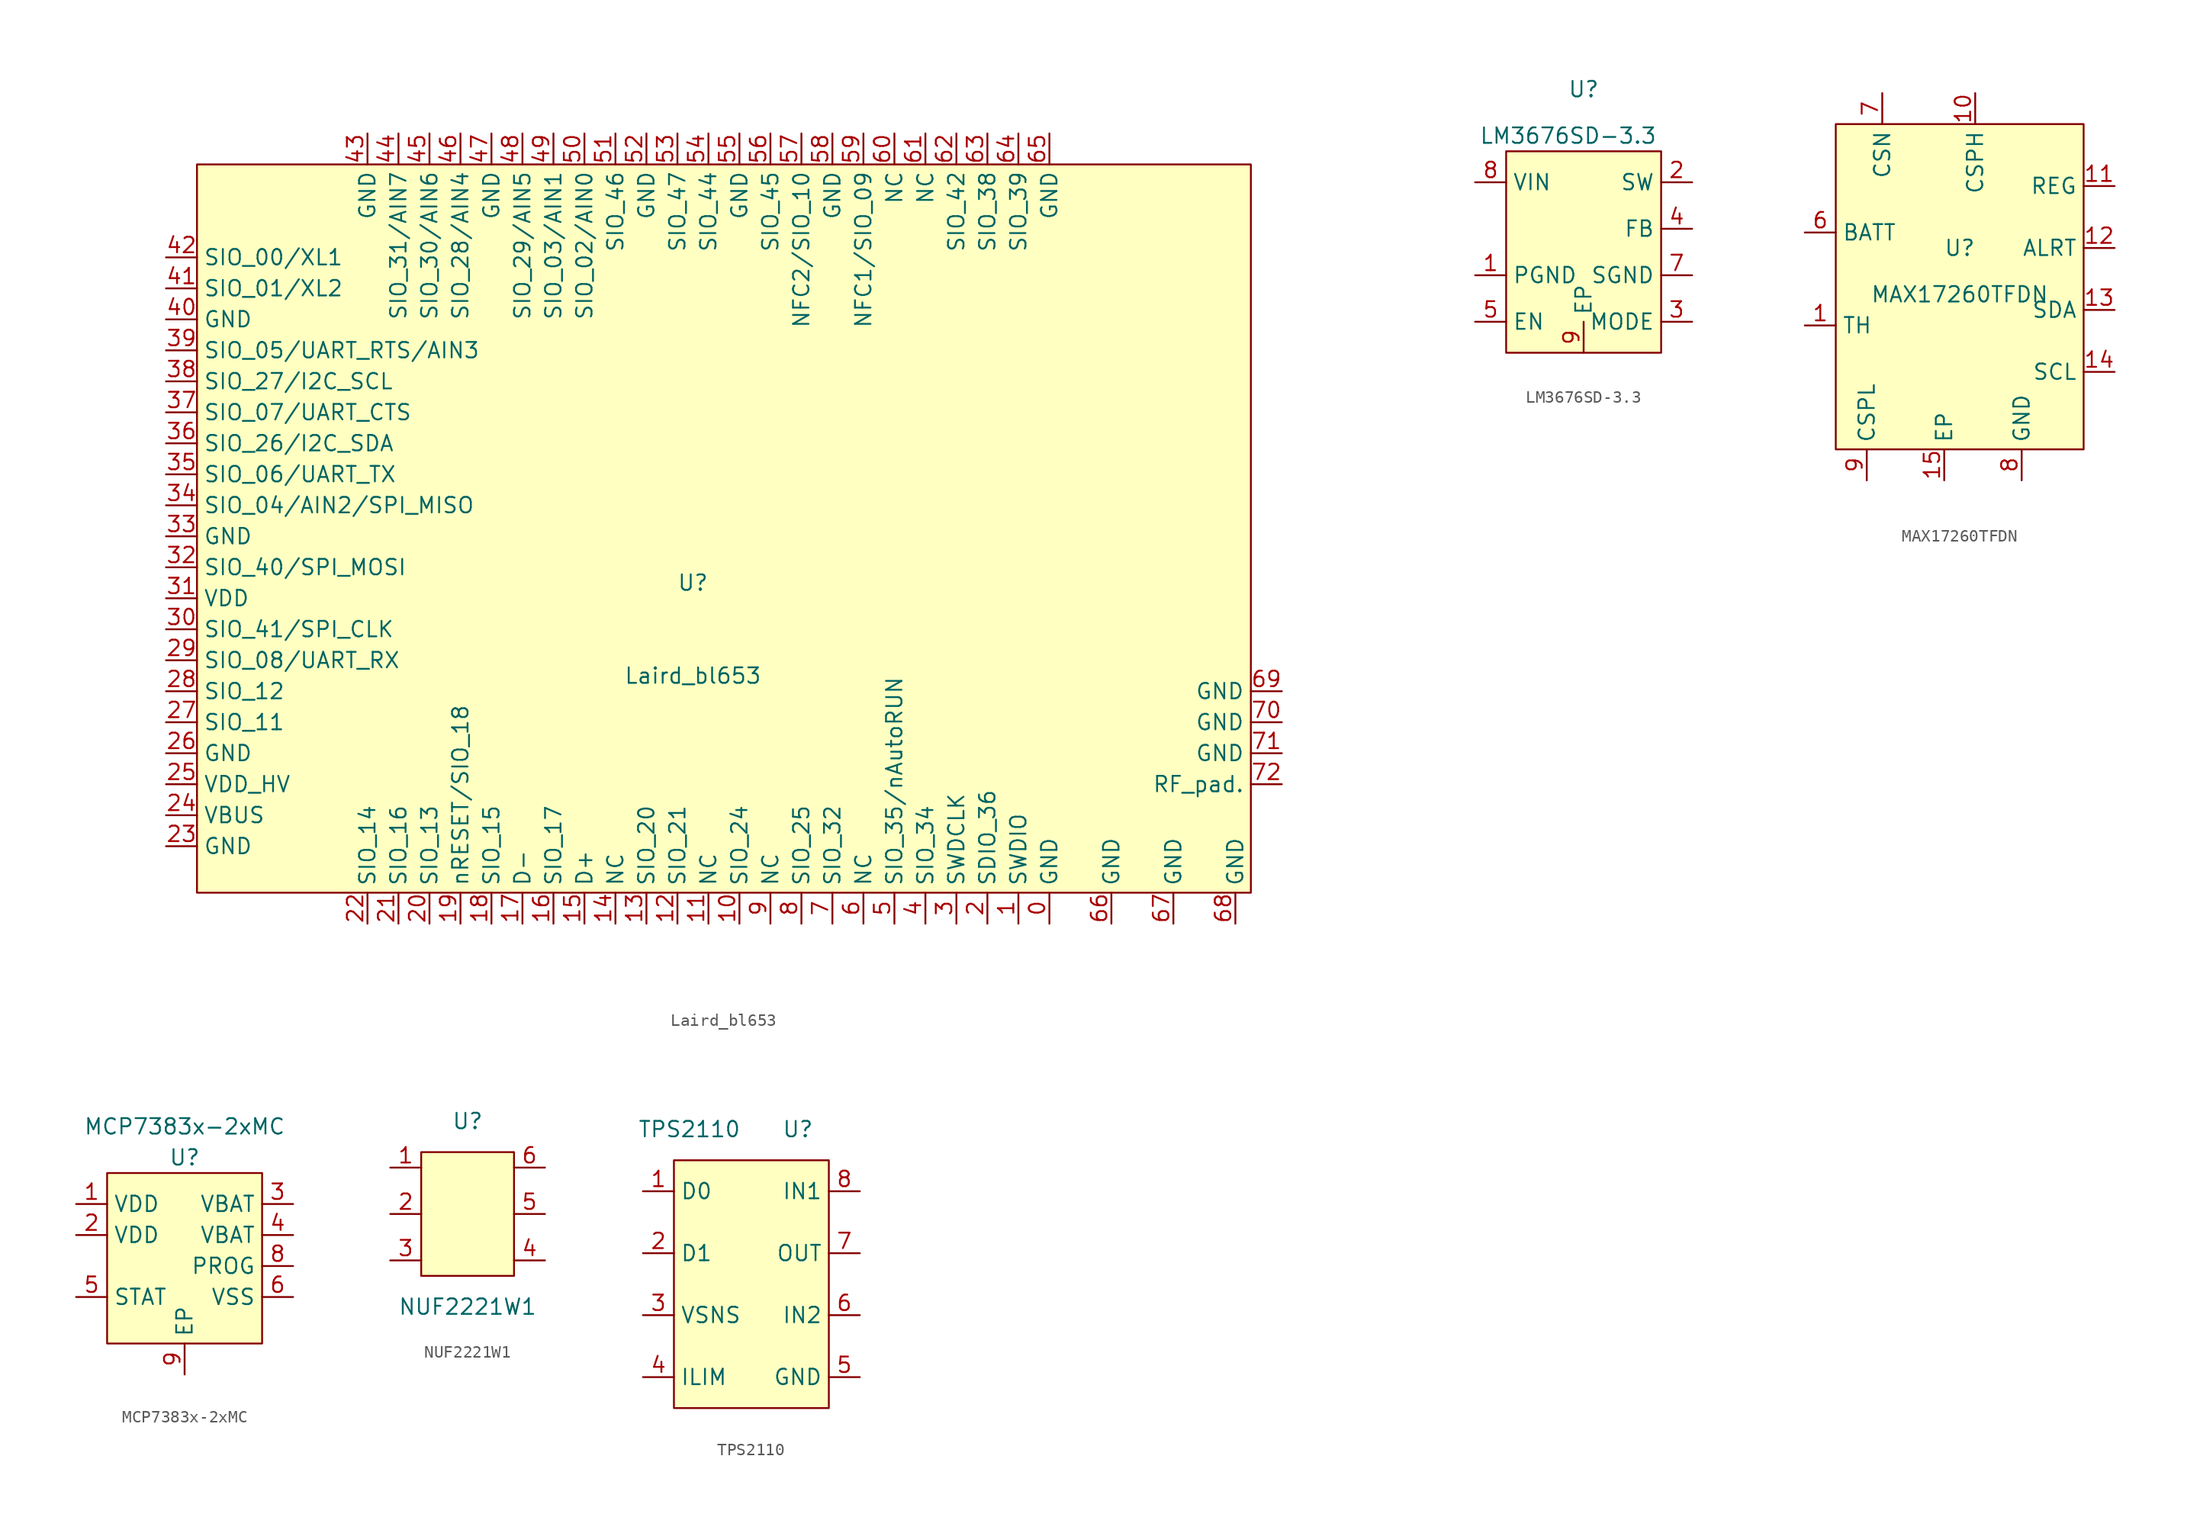
<source format=kicad_sym>
(kicad_symbol_lib
  (version 20211014)
  (generator kicad_symbol_editor)
  (symbol "Laird_bl653"
    (property "Reference" "U"
      (at 0 0 0)
      (effects (font (size 1.27 1.27))))
    (property "Value" "Laird_bl653"
      (at 0 -7.62 0)
      (effects (font (size 1.27 1.27))))
    (symbol "Laird_bl653_0_1"
      (rectangle (start 45.72 -25.4) (end -40.64 34.29) (stroke (width 0.152) (type default) (color 0 0 0 0)) (fill (type background))))
    (symbol "Laird_bl653_1_1"
      (pin power_in line (at 29.21 -27.94 90) (length 2.54) (name "GND" (effects (font (size 1.27 1.27)))) (number "0" (effects (font (size 1.27 1.27)))))
      (pin bidirectional line (at 26.67 -27.94 90) (length 2.54) (name "SWDIO" (effects (font (size 1.27 1.27)))) (number "1" (effects (font (size 1.27 1.27)))))
      (pin input line (at 3.81 -27.94 90) (length 2.54) (name "SIO_24" (effects (font (size 1.27 1.27)))) (number "10" (effects (font (size 1.27 1.27)))))
      (pin input line (at 1.27 -27.94 90) (length 2.54) (name "NC" (effects (font (size 1.27 1.27)))) (number "11" (effects (font (size 1.27 1.27)))))
      (pin input line (at -1.27 -27.94 90) (length 2.54) (name "SIO_21" (effects (font (size 1.27 1.27)))) (number "12" (effects (font (size 1.27 1.27)))))
      (pin input line (at -3.81 -27.94 90) (length 2.54) (name "SIO_20" (effects (font (size 1.27 1.27)))) (number "13" (effects (font (size 1.27 1.27)))))
      (pin input line (at -6.35 -27.94 90) (length 2.54) (name "NC" (effects (font (size 1.27 1.27)))) (number "14" (effects (font (size 1.27 1.27)))))
      (pin bidirectional line (at -8.89 -27.94 90) (length 2.54) (name "D+" (effects (font (size 1.27 1.27)))) (number "15" (effects (font (size 1.27 1.27)))))
      (pin input line (at -11.43 -27.94 90) (length 2.54) (name "SIO_17" (effects (font (size 1.27 1.27)))) (number "16" (effects (font (size 1.27 1.27)))))
      (pin bidirectional line (at -13.97 -27.94 90) (length 2.54) (name "D-" (effects (font (size 1.27 1.27)))) (number "17" (effects (font (size 1.27 1.27)))))
      (pin input line (at -16.51 -27.94 90) (length 2.54) (name "SIO_15" (effects (font (size 1.27 1.27)))) (number "18" (effects (font (size 1.27 1.27)))))
      (pin input line (at -19.05 -27.94 90) (length 2.54) (name "nRESET/SIO_18" (effects (font (size 1.27 1.27)))) (number "19" (effects (font (size 1.27 1.27)))))
      (pin input line (at 24.13 -27.94 90) (length 2.54) (name "SDIO_36" (effects (font (size 1.27 1.27)))) (number "2" (effects (font (size 1.27 1.27)))))
      (pin input line (at -21.59 -27.94 90) (length 2.54) (name "SIO_13" (effects (font (size 1.27 1.27)))) (number "20" (effects (font (size 1.27 1.27)))))
      (pin input line (at -24.13 -27.94 90) (length 2.54) (name "SIO_16" (effects (font (size 1.27 1.27)))) (number "21" (effects (font (size 1.27 1.27)))))
      (pin input line (at -26.67 -27.94 90) (length 2.54) (name "SIO_14" (effects (font (size 1.27 1.27)))) (number "22" (effects (font (size 1.27 1.27)))))
      (pin power_in line (at -43.18 -21.59 0) (length 2.54) (name "GND" (effects (font (size 1.27 1.27)))) (number "23" (effects (font (size 1.27 1.27)))))
      (pin power_in line (at -43.18 -19.05 0) (length 2.54) (name "VBUS" (effects (font (size 1.27 1.27)))) (number "24" (effects (font (size 1.27 1.27)))))
      (pin power_in line (at -43.18 -16.51 0) (length 2.54) (name "VDD_HV" (effects (font (size 1.27 1.27)))) (number "25" (effects (font (size 1.27 1.27)))))
      (pin power_in line (at -43.18 -13.97 0) (length 2.54) (name "GND" (effects (font (size 1.27 1.27)))) (number "26" (effects (font (size 1.27 1.27)))))
      (pin input line (at -43.18 -11.43 0) (length 2.54) (name "SIO_11" (effects (font (size 1.27 1.27)))) (number "27" (effects (font (size 1.27 1.27)))))
      (pin input line (at -43.18 -8.89 0) (length 2.54) (name "SIO_12" (effects (font (size 1.27 1.27)))) (number "28" (effects (font (size 1.27 1.27)))))
      (pin input line (at -43.18 -6.35 0) (length 2.54) (name "SIO_08/UART_RX" (effects (font (size 1.27 1.27)))) (number "29" (effects (font (size 1.27 1.27)))))
      (pin bidirectional line (at 21.59 -27.94 90) (length 2.54) (name "SWDCLK" (effects (font (size 1.27 1.27)))) (number "3" (effects (font (size 1.27 1.27)))))
      (pin input line (at -43.18 -3.81 0) (length 2.54) (name "SIO_41/SPI_CLK" (effects (font (size 1.27 1.27)))) (number "30" (effects (font (size 1.27 1.27)))))
      (pin power_in line (at -43.18 -1.27 0) (length 2.54) (name "VDD" (effects (font (size 1.27 1.27)))) (number "31" (effects (font (size 1.27 1.27)))))
      (pin input line (at -43.18 1.27 0) (length 2.54) (name "SIO_40/SPI_MOSI" (effects (font (size 1.27 1.27)))) (number "32" (effects (font (size 1.27 1.27)))))
      (pin power_in line (at -43.18 3.81 0) (length 2.54) (name "GND" (effects (font (size 1.27 1.27)))) (number "33" (effects (font (size 1.27 1.27)))))
      (pin input line (at -43.18 6.35 0) (length 2.54) (name "SIO_04/AIN2/SPI_MISO" (effects (font (size 1.27 1.27)))) (number "34" (effects (font (size 1.27 1.27)))))
      (pin input line (at -43.18 8.89 0) (length 2.54) (name "SIO_06/UART_TX" (effects (font (size 1.27 1.27)))) (number "35" (effects (font (size 1.27 1.27)))))
      (pin bidirectional line (at -43.18 11.43 0) (length 2.54) (name "SIO_26/I2C_SDA" (effects (font (size 1.27 1.27)))) (number "36" (effects (font (size 1.27 1.27)))))
      (pin input line (at -43.18 13.97 0) (length 2.54) (name "SIO_07/UART_CTS" (effects (font (size 1.27 1.27)))) (number "37" (effects (font (size 1.27 1.27)))))
      (pin bidirectional line (at -43.18 16.51 0) (length 2.54) (name "SIO_27/I2C_SCL" (effects (font (size 1.27 1.27)))) (number "38" (effects (font (size 1.27 1.27)))))
      (pin input line (at -43.18 19.05 0) (length 2.54) (name "SIO_05/UART_RTS/AIN3" (effects (font (size 1.27 1.27)))) (number "39" (effects (font (size 1.27 1.27)))))
      (pin input line (at 19.05 -27.94 90) (length 2.54) (name "SIO_34" (effects (font (size 1.27 1.27)))) (number "4" (effects (font (size 1.27 1.27)))))
      (pin power_in line (at -43.18 21.59 0) (length 2.54) (name "GND" (effects (font (size 1.27 1.27)))) (number "40" (effects (font (size 1.27 1.27)))))
      (pin input line (at -43.18 24.13 0) (length 2.54) (name "SIO_01/XL2" (effects (font (size 1.27 1.27)))) (number "41" (effects (font (size 1.27 1.27)))))
      (pin input line (at -43.18 26.67 0) (length 2.54) (name "SIO_00/XL1" (effects (font (size 1.27 1.27)))) (number "42" (effects (font (size 1.27 1.27)))))
      (pin power_in line (at -26.67 36.83 270) (length 2.54) (name "GND" (effects (font (size 1.27 1.27)))) (number "43" (effects (font (size 1.27 1.27)))))
      (pin input line (at -24.13 36.83 270) (length 2.54) (name "SIO_31/AIN7" (effects (font (size 1.27 1.27)))) (number "44" (effects (font (size 1.27 1.27)))))
      (pin input line (at -21.59 36.83 270) (length 2.54) (name "SIO_30/AIN6" (effects (font (size 1.27 1.27)))) (number "45" (effects (font (size 1.27 1.27)))))
      (pin input line (at -19.05 36.83 270) (length 2.54) (name "SIO_28/AIN4" (effects (font (size 1.27 1.27)))) (number "46" (effects (font (size 1.27 1.27)))))
      (pin power_in line (at -16.51 36.83 270) (length 2.54) (name "GND" (effects (font (size 1.27 1.27)))) (number "47" (effects (font (size 1.27 1.27)))))
      (pin input line (at -13.97 36.83 270) (length 2.54) (name "SIO_29/AIN5" (effects (font (size 1.27 1.27)))) (number "48" (effects (font (size 1.27 1.27)))))
      (pin input line (at -11.43 36.83 270) (length 2.54) (name "SIO_03/AIN1" (effects (font (size 1.27 1.27)))) (number "49" (effects (font (size 1.27 1.27)))))
      (pin input line (at 16.51 -27.94 90) (length 2.54) (name "SIO_35/nAutoRUN" (effects (font (size 1.27 1.27)))) (number "5" (effects (font (size 1.27 1.27)))))
      (pin input line (at -8.89 36.83 270) (length 2.54) (name "SIO_02/AIN0" (effects (font (size 1.27 1.27)))) (number "50" (effects (font (size 1.27 1.27)))))
      (pin input line (at -6.35 36.83 270) (length 2.54) (name "SIO_46" (effects (font (size 1.27 1.27)))) (number "51" (effects (font (size 1.27 1.27)))))
      (pin power_in line (at -3.81 36.83 270) (length 2.54) (name "GND" (effects (font (size 1.27 1.27)))) (number "52" (effects (font (size 1.27 1.27)))))
      (pin input line (at -1.27 36.83 270) (length 2.54) (name "SIO_47" (effects (font (size 1.27 1.27)))) (number "53" (effects (font (size 1.27 1.27)))))
      (pin input line (at 1.27 36.83 270) (length 2.54) (name "SIO_44" (effects (font (size 1.27 1.27)))) (number "54" (effects (font (size 1.27 1.27)))))
      (pin power_in line (at 3.81 36.83 270) (length 2.54) (name "GND" (effects (font (size 1.27 1.27)))) (number "55" (effects (font (size 1.27 1.27)))))
      (pin input line (at 6.35 36.83 270) (length 2.54) (name "SIO_45" (effects (font (size 1.27 1.27)))) (number "56" (effects (font (size 1.27 1.27)))))
      (pin input line (at 8.89 36.83 270) (length 2.54) (name "NFC2/SIO_10" (effects (font (size 1.27 1.27)))) (number "57" (effects (font (size 1.27 1.27)))))
      (pin power_in line (at 11.43 36.83 270) (length 2.54) (name "GND" (effects (font (size 1.27 1.27)))) (number "58" (effects (font (size 1.27 1.27)))))
      (pin input line (at 13.97 36.83 270) (length 2.54) (name "NFC1/SIO_09" (effects (font (size 1.27 1.27)))) (number "59" (effects (font (size 1.27 1.27)))))
      (pin input line (at 13.97 -27.94 90) (length 2.54) (name "NC" (effects (font (size 1.27 1.27)))) (number "6" (effects (font (size 1.27 1.27)))))
      (pin input line (at 16.51 36.83 270) (length 2.54) (name "NC" (effects (font (size 1.27 1.27)))) (number "60" (effects (font (size 1.27 1.27)))))
      (pin input line (at 19.05 36.83 270) (length 2.54) (name "NC" (effects (font (size 1.27 1.27)))) (number "61" (effects (font (size 1.27 1.27)))))
      (pin input line (at 21.59 36.83 270) (length 2.54) (name "SIO_42" (effects (font (size 1.27 1.27)))) (number "62" (effects (font (size 1.27 1.27)))))
      (pin input line (at 24.13 36.83 270) (length 2.54) (name "SIO_38" (effects (font (size 1.27 1.27)))) (number "63" (effects (font (size 1.27 1.27)))))
      (pin input line (at 26.67 36.83 270) (length 2.54) (name "SIO_39" (effects (font (size 1.27 1.27)))) (number "64" (effects (font (size 1.27 1.27)))))
      (pin power_in line (at 29.21 36.83 270) (length 2.54) (name "GND" (effects (font (size 1.27 1.27)))) (number "65" (effects (font (size 1.27 1.27)))))
      (pin power_in line (at 34.29 -27.94 90) (length 2.54) (name "GND" (effects (font (size 1.27 1.27)))) (number "66" (effects (font (size 1.27 1.27)))))
      (pin power_in line (at 39.37 -27.94 90) (length 2.54) (name "GND" (effects (font (size 1.27 1.27)))) (number "67" (effects (font (size 1.27 1.27)))))
      (pin power_in line (at 44.45 -27.94 90) (length 2.54) (name "GND" (effects (font (size 1.27 1.27)))) (number "68" (effects (font (size 1.27 1.27)))))
      (pin power_in line (at 48.26 -8.89 180) (length 2.54) (name "GND" (effects (font (size 1.27 1.27)))) (number "69" (effects (font (size 1.27 1.27)))))
      (pin input line (at 11.43 -27.94 90) (length 2.54) (name "SIO_32" (effects (font (size 1.27 1.27)))) (number "7" (effects (font (size 1.27 1.27)))))
      (pin power_in line (at 48.26 -11.43 180) (length 2.54) (name "GND" (effects (font (size 1.27 1.27)))) (number "70" (effects (font (size 1.27 1.27)))))
      (pin power_in line (at 48.26 -13.97 180) (length 2.54) (name "GND" (effects (font (size 1.27 1.27)))) (number "71" (effects (font (size 1.27 1.27)))))
      (pin input line (at 48.26 -16.51 180) (length 2.54) (name "RF_pad." (effects (font (size 1.27 1.27)))) (number "72" (effects (font (size 1.27 1.27)))))
      (pin input line (at 8.89 -27.94 90) (length 2.54) (name "SIO_25" (effects (font (size 1.27 1.27)))) (number "8" (effects (font (size 1.27 1.27)))))
      (pin input line (at 6.35 -27.94 90) (length 2.54) (name "NC" (effects (font (size 1.27 1.27)))) (number "9" (effects (font (size 1.27 1.27)))))))
  (symbol "LM3676SD-3.3"
    (property "Reference" "U"
      (at 0 12.7 0)
      (effects (font (size 1.27 1.27))))
    (property "Value" "LM3676SD-3.3"
      (at -1.27 8.89 0)
      (effects (font (size 1.27 1.27))))
    (symbol "LM3676SD-3.3_0_1"
      (rectangle (start -6.35 7.62) (end 6.35 -8.89) (stroke (width 0.152) (type default) (color 0 0 0 0)) (fill (type background))))
    (symbol "LM3676SD-3.3_1_1"
      (pin power_in line (at -8.89 -2.54 0) (length 2.54) (name "PGND" (effects (font (size 1.27 1.27)))) (number "1" (effects (font (size 1.27 1.27)))))
      (pin power_out line (at 8.89 5.08 180) (length 2.54) (name "SW" (effects (font (size 1.27 1.27)))) (number "2" (effects (font (size 1.27 1.27)))))
      (pin input line (at 8.89 -6.35 180) (length 2.54) (name "MODE" (effects (font (size 1.27 1.27)))) (number "3" (effects (font (size 1.27 1.27)))))
      (pin bidirectional line (at 8.89 1.27 180) (length 2.54) (name "FB" (effects (font (size 1.27 1.27)))) (number "4" (effects (font (size 1.27 1.27)))))
      (pin input line (at -8.89 -6.35 0) (length 2.54) (name "EN" (effects (font (size 1.27 1.27)))) (number "5" (effects (font (size 1.27 1.27)))))
      (pin power_in line (at 8.89 -2.54 180) (length 2.54) (name "SGND" (effects (font (size 1.27 1.27)))) (number "7" (effects (font (size 1.27 1.27)))))
      (pin power_in line (at -8.89 5.08 0) (length 2.54) (name "VIN" (effects (font (size 1.27 1.27)))) (number "8" (effects (font (size 1.27 1.27)))))
      (pin input line (at 0 -8.89 90) (length 2.54) (name "EP" (effects (font (size 1.27 1.27)))) (number "9" (effects (font (size 1.27 1.27)))))))
  (symbol "MAX17260TFDN"
    (property "Reference" "U"
      (at 0 6.35 0)
      (effects (font (size 1.27 1.27))))
    (property "Value" "MAX17260TFDN"
      (at 0 2.54 0)
      (effects (font (size 1.27 1.27))))
    (symbol "MAX17260TFDN_0_1"
      (rectangle (start -10.16 16.51) (end 10.16 -10.16) (stroke (width 0.152) (type default) (color 0 0 0 0)) (fill (type background))))
    (symbol "MAX17260TFDN_1_1"
      (pin bidirectional line (at -12.7 0 0) (length 2.54) (name "TH" (effects (font (size 1.27 1.27)))) (number "1" (effects (font (size 1.27 1.27)))))
      (pin passive line (at 1.27 19.05 270) (length 2.54) (name "CSPH" (effects (font (size 1.27 1.27)))) (number "10" (effects (font (size 1.27 1.27)))))
      (pin bidirectional line (at 12.7 11.43 180) (length 2.54) (name "REG" (effects (font (size 1.27 1.27)))) (number "11" (effects (font (size 1.27 1.27)))))
      (pin output line (at 12.7 6.35 180) (length 2.54) (name "ALRT" (effects (font (size 1.27 1.27)))) (number "12" (effects (font (size 1.27 1.27)))))
      (pin bidirectional line (at 12.7 1.27 180) (length 2.54) (name "SDA" (effects (font (size 1.27 1.27)))) (number "13" (effects (font (size 1.27 1.27)))))
      (pin bidirectional line (at 12.7 -3.81 180) (length 2.54) (name "SCL" (effects (font (size 1.27 1.27)))) (number "14" (effects (font (size 1.27 1.27)))))
      (pin bidirectional line (at -1.27 -12.7 90) (length 2.54) (name "EP" (effects (font (size 1.27 1.27)))) (number "15" (effects (font (size 1.27 1.27)))))
      (pin power_in line (at -12.7 7.62 0) (length 2.54) (name "BATT" (effects (font (size 1.27 1.27)))) (number "6" (effects (font (size 1.27 1.27)))))
      (pin passive line (at -6.35 19.05 270) (length 2.54) (name "CSN" (effects (font (size 1.27 1.27)))) (number "7" (effects (font (size 1.27 1.27)))))
      (pin power_in line (at 5.08 -12.7 90) (length 2.54) (name "GND" (effects (font (size 1.27 1.27)))) (number "8" (effects (font (size 1.27 1.27)))))
      (pin passive line (at -7.62 -12.7 90) (length 2.54) (name "CSPL" (effects (font (size 1.27 1.27)))) (number "9" (effects (font (size 1.27 1.27)))))))
  (symbol "MCP7383x-2xMC"
    (property "Reference" "U"
      (at 0 8.89 0)
      (effects (font (size 1.27 1.27))))
    (property "Value" "MCP7383x-2xMC"
      (at 0 11.43 0)
      (effects (font (size 1.27 1.27))))
    (symbol "MCP7383x-2xMC_0_1"
      (rectangle (start 6.35 -6.35) (end -6.35 7.62) (stroke (width 0.152) (type default) (color 0 0 0 0)) (fill (type background))))
    (symbol "MCP7383x-2xMC_1_1"
      (pin power_in line (at -8.89 5.08 0) (length 2.54) (name "VDD" (effects (font (size 1.27 1.27)))) (number "1" (effects (font (size 1.27 1.27)))))
      (pin power_in line (at -8.89 2.54 0) (length 2.54) (name "VDD" (effects (font (size 1.27 1.27)))) (number "2" (effects (font (size 1.27 1.27)))))
      (pin power_in line (at 8.89 5.08 180) (length 2.54) (name "VBAT" (effects (font (size 1.27 1.27)))) (number "3" (effects (font (size 1.27 1.27)))))
      (pin power_in line (at 8.89 2.54 180) (length 2.54) (name "VBAT" (effects (font (size 1.27 1.27)))) (number "4" (effects (font (size 1.27 1.27)))))
      (pin open_collector line (at -8.89 -2.54 0) (length 2.54) (name "STAT" (effects (font (size 1.27 1.27)))) (number "5" (effects (font (size 1.27 1.27)))))
      (pin power_in line (at 8.89 -2.54 180) (length 2.54) (name "VSS" (effects (font (size 1.27 1.27)))) (number "6" (effects (font (size 1.27 1.27)))))
      (pin bidirectional line (at 8.89 0 180) (length 2.54) (name "PROG" (effects (font (size 1.27 1.27)))) (number "8" (effects (font (size 1.27 1.27)))))
      (pin passive line (at 0 -8.89 90) (length 2.54) (name "EP" (effects (font (size 1.27 1.27)))) (number "9" (effects (font (size 1.27 1.27)))))))
  (symbol "NUF2221W1"
    (property "Reference" "U"
      (at 0 7.62 0)
      (effects (font (size 1.27 1.27))))
    (property "Value" "NUF2221W1"
      (at 0 -7.62 0)
      (effects (font (size 1.27 1.27))))
    (symbol "NUF2221W1_0_1"
      (rectangle (start -3.81 -5.08) (end 3.81 5.08) (stroke (width 0.152) (type default) (color 0 0 0 0)) (fill (type background))))
    (symbol "NUF2221W1_1_1"
      (pin bidirectional line (at -6.35 3.81 0) (length 2.54) (name "" (effects (font (size 1.27 1.27)))) (number "1" (effects (font (size 1.27 1.27)))))
      (pin power_in line (at -6.35 0 0) (length 2.54) (name "" (effects (font (size 1.27 1.27)))) (number "2" (effects (font (size 1.27 1.27)))))
      (pin bidirectional line (at -6.35 -3.81 0) (length 2.54) (name "" (effects (font (size 1.27 1.27)))) (number "3" (effects (font (size 1.27 1.27)))))
      (pin bidirectional line (at 6.35 -3.81 180) (length 2.54) (name "" (effects (font (size 1.27 1.27)))) (number "4" (effects (font (size 1.27 1.27)))))
      (pin power_in line (at 6.35 0 180) (length 2.54) (name "" (effects (font (size 1.27 1.27)))) (number "5" (effects (font (size 1.27 1.27)))))
      (pin bidirectional line (at 6.35 3.81 180) (length 2.54) (name "" (effects (font (size 1.27 1.27)))) (number "6" (effects (font (size 1.27 1.27)))))))
  (symbol "TPS2110"
    (property "Reference" "U"
      (at 3.81 12.7 0)
      (effects (font (size 1.27 1.27))))
    (property "Value" "TPS2110"
      (at -5.08 12.7 0)
      (effects (font (size 1.27 1.27))))
    (symbol "TPS2110_0_1"
      (rectangle (start -6.35 10.16) (end 6.35 -10.16) (stroke (width 0.152) (type default) (color 0 0 0 0)) (fill (type background))))
    (symbol "TPS2110_1_1"
      (pin input line (at -8.89 7.62 0) (length 2.54) (name "D0" (effects (font (size 1.27 1.27)))) (number "1" (effects (font (size 1.27 1.27)))))
      (pin input line (at -8.89 2.54 0) (length 2.54) (name "D1" (effects (font (size 1.27 1.27)))) (number "2" (effects (font (size 1.27 1.27)))))
      (pin input line (at -8.89 -2.54 0) (length 2.54) (name "VSNS" (effects (font (size 1.27 1.27)))) (number "3" (effects (font (size 1.27 1.27)))))
      (pin bidirectional line (at -8.89 -7.62 0) (length 2.54) (name "ILIM" (effects (font (size 1.27 1.27)))) (number "4" (effects (font (size 1.27 1.27)))))
      (pin power_in line (at 8.89 -7.62 180) (length 2.54) (name "GND" (effects (font (size 1.27 1.27)))) (number "5" (effects (font (size 1.27 1.27)))))
      (pin power_in line (at 8.89 -2.54 180) (length 2.54) (name "IN2" (effects (font (size 1.27 1.27)))) (number "6" (effects (font (size 1.27 1.27)))))
      (pin power_out line (at 8.89 2.54 180) (length 2.54) (name "OUT" (effects (font (size 1.27 1.27)))) (number "7" (effects (font (size 1.27 1.27)))))
      (pin power_in line (at 8.89 7.62 180) (length 2.54) (name "IN1" (effects (font (size 1.27 1.27)))) (number "8" (effects (font (size 1.27 1.27))))))))
</source>
